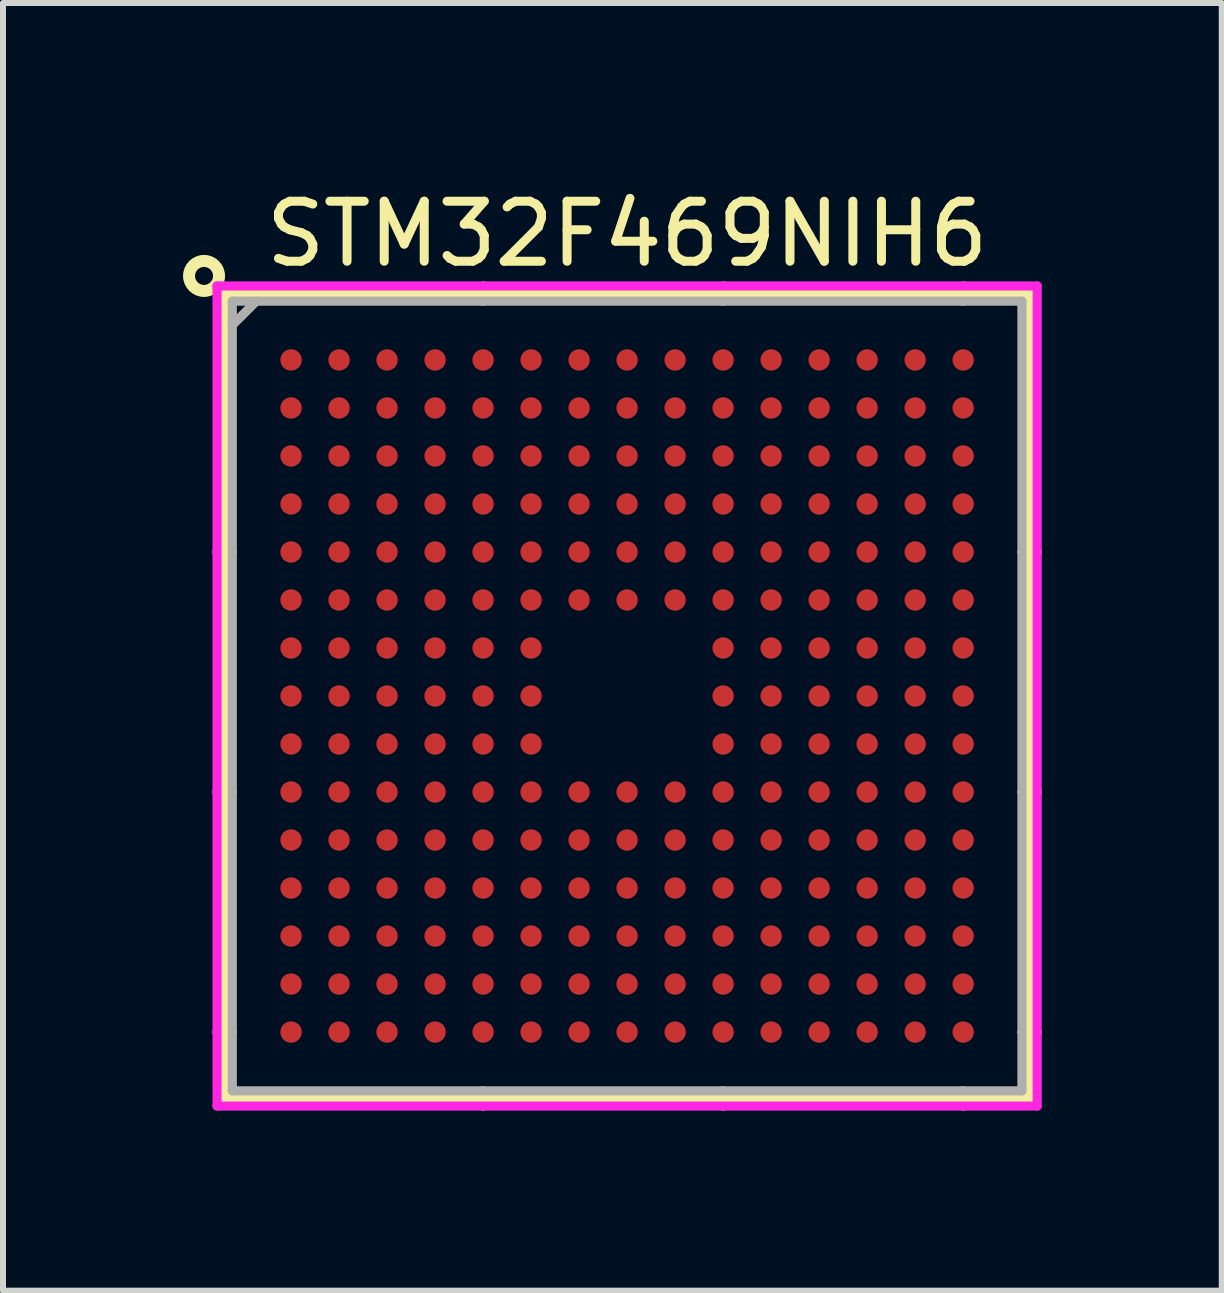
<source format=kicad_pcb>
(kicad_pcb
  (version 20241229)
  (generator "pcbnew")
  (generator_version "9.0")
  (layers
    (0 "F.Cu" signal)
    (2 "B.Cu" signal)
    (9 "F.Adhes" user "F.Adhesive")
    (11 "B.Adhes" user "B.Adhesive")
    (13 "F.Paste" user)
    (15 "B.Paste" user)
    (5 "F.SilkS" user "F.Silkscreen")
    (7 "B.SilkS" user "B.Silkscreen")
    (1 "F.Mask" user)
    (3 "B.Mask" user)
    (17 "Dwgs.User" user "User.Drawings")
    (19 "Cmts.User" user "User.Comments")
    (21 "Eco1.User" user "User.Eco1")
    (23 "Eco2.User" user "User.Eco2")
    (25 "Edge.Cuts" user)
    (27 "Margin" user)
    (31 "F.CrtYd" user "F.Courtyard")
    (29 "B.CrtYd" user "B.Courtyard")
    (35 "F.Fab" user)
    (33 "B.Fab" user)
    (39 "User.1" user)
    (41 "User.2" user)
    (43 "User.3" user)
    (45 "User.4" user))
  (footprint "STM32F469NIH6"
    (layer "F.Cu")
    (at 7.4 8.548)
    (property "Reference" "STM32F469NIH6" (at 0 -7.7 0) (layer "F.SilkS") (effects (font (size 1 1) (thickness 0.15))))
    (attr through_hole)
    (fp_line (start -6.706 -6.706) (end -6.706 6.706) (stroke (width 0.152) (type solid)) (layer "F.SilkS"))
    (fp_line (start -6.706 6.706) (end 6.706 6.706) (stroke (width 0.152) (type solid)) (layer "F.SilkS"))
    (fp_line (start -6.579 -2.4) (end -6.833 -2.4) (stroke (width 0.152) (type solid)) (layer "F.SilkS"))
    (fp_line (start -6.579 1.6) (end -6.833 1.6) (stroke (width 0.152) (type solid)) (layer "F.SilkS"))
    (fp_line (start -6.579 5.6) (end -6.833 5.6) (stroke (width 0.152) (type solid)) (layer "F.SilkS"))
    (fp_line (start -2.4 -6.579) (end -2.4 -6.833) (stroke (width 0.152) (type solid)) (layer "F.SilkS"))
    (fp_line (start -2.4 6.579) (end -2.4 6.833) (stroke (width 0.152) (type solid)) (layer "F.SilkS"))
    (fp_line (start 1.6 -6.579) (end 1.6 -6.833) (stroke (width 0.152) (type solid)) (layer "F.SilkS"))
    (fp_line (start 1.6 6.579) (end 1.6 6.833) (stroke (width 0.152) (type solid)) (layer "F.SilkS"))
    (fp_line (start 5.6 -6.579) (end 5.6 -6.833) (stroke (width 0.152) (type solid)) (layer "F.SilkS"))
    (fp_line (start 5.6 6.579) (end 5.6 6.833) (stroke (width 0.152) (type solid)) (layer "F.SilkS"))
    (fp_line (start 6.579 -2.4) (end 6.833 -2.4) (stroke (width 0.152) (type solid)) (layer "F.SilkS"))
    (fp_line (start 6.579 1.6) (end 6.833 1.6) (stroke (width 0.152) (type solid)) (layer "F.SilkS"))
    (fp_line (start 6.579 5.6) (end 6.833 5.6) (stroke (width 0.152) (type solid)) (layer "F.SilkS"))
    (fp_line (start 6.706 -6.706) (end -6.706 -6.706) (stroke (width 0.152) (type solid)) (layer "F.SilkS"))
    (fp_line (start 6.706 6.706) (end 6.706 -6.706) (stroke (width 0.152) (type solid)) (layer "F.SilkS"))
    (fp_circle (center -7.05 -7) (end -6.8 -7) (stroke (width 0.2) (type solid)) (fill no) (layer "F.SilkS"))
    (fp_line (start -6.833 -6.833) (end 6.833 -6.833) (stroke (width 0.152) (type solid)) (layer "F.CrtYd"))
    (fp_line (start -6.833 6.833) (end -6.833 -6.833) (stroke (width 0.152) (type solid)) (layer "F.CrtYd"))
    (fp_line (start 6.833 -6.833) (end 6.833 6.833) (stroke (width 0.152) (type solid)) (layer "F.CrtYd"))
    (fp_line (start 6.833 6.833) (end -6.833 6.833) (stroke (width 0.152) (type solid)) (layer "F.CrtYd"))
    (fp_line (start -6.579 -6.579) (end -6.579 6.579) (stroke (width 0.152) (type solid)) (layer "F.Fab"))
    (fp_line (start -6.579 6.579) (end 6.579 6.579) (stroke (width 0.152) (type solid)) (layer "F.Fab"))
    (fp_line (start -6.179 -6.579) (end -6.579 -6.179) (stroke (width 0.152) (type solid)) (layer "F.Fab"))
    (fp_line (start 6.579 -6.579) (end -6.579 -6.579) (stroke (width 0.152) (type solid)) (layer "F.Fab"))
    (fp_line (start 6.579 6.579) (end 6.579 -6.579) (stroke (width 0.152) (type solid)) (layer "F.Fab"))
    (pad "A1" smd circle (at -5.6 -5.6) (size 0.356 0.356) (layers "F.Cu" "F.Mask" "F.Paste"))
    (pad "A2" smd circle (at -4.8 -5.6) (size 0.356 0.356) (layers "F.Cu" "F.Mask" "F.Paste"))
    (pad "A3" smd circle (at -4 -5.6) (size 0.356 0.356) (layers "F.Cu" "F.Mask" "F.Paste"))
    (pad "A4" smd circle (at -3.2 -5.6) (size 0.356 0.356) (layers "F.Cu" "F.Mask" "F.Paste"))
    (pad "A5" smd circle (at -2.4 -5.6) (size 0.356 0.356) (layers "F.Cu" "F.Mask" "F.Paste"))
    (pad "A6" smd circle (at -1.6 -5.6) (size 0.356 0.356) (layers "F.Cu" "F.Mask" "F.Paste"))
    (pad "A7" smd circle (at -0.8 -5.6) (size 0.356 0.356) (layers "F.Cu" "F.Mask" "F.Paste"))
    (pad "A8" smd circle (at 0 -5.6) (size 0.356 0.356) (layers "F.Cu" "F.Mask" "F.Paste"))
    (pad "A9" smd circle (at 0.8 -5.6) (size 0.356 0.356) (layers "F.Cu" "F.Mask" "F.Paste"))
    (pad "A10" smd circle (at 1.6 -5.6) (size 0.356 0.356) (layers "F.Cu" "F.Mask" "F.Paste"))
    (pad "A11" smd circle (at 2.4 -5.6) (size 0.356 0.356) (layers "F.Cu" "F.Mask" "F.Paste"))
    (pad "A12" smd circle (at 3.2 -5.6) (size 0.356 0.356) (layers "F.Cu" "F.Mask" "F.Paste"))
    (pad "A13" smd circle (at 4 -5.6) (size 0.356 0.356) (layers "F.Cu" "F.Mask" "F.Paste"))
    (pad "A14" smd circle (at 4.8 -5.6) (size 0.356 0.356) (layers "F.Cu" "F.Mask" "F.Paste"))
    (pad "A15" smd circle (at 5.6 -5.6) (size 0.356 0.356) (layers "F.Cu" "F.Mask" "F.Paste"))
    (pad "B1" smd circle (at -5.6 -4.8) (size 0.356 0.356) (layers "F.Cu" "F.Mask" "F.Paste"))
    (pad "B2" smd circle (at -4.8 -4.8) (size 0.356 0.356) (layers "F.Cu" "F.Mask" "F.Paste"))
    (pad "B3" smd circle (at -4 -4.8) (size 0.356 0.356) (layers "F.Cu" "F.Mask" "F.Paste"))
    (pad "B4" smd circle (at -3.2 -4.8) (size 0.356 0.356) (layers "F.Cu" "F.Mask" "F.Paste"))
    (pad "B5" smd circle (at -2.4 -4.8) (size 0.356 0.356) (layers "F.Cu" "F.Mask" "F.Paste"))
    (pad "B6" smd circle (at -1.6 -4.8) (size 0.356 0.356) (layers "F.Cu" "F.Mask" "F.Paste"))
    (pad "B7" smd circle (at -0.8 -4.8) (size 0.356 0.356) (layers "F.Cu" "F.Mask" "F.Paste"))
    (pad "B8" smd circle (at 0 -4.8) (size 0.356 0.356) (layers "F.Cu" "F.Mask" "F.Paste"))
    (pad "B9" smd circle (at 0.8 -4.8) (size 0.356 0.356) (layers "F.Cu" "F.Mask" "F.Paste"))
    (pad "B10" smd circle (at 1.6 -4.8) (size 0.356 0.356) (layers "F.Cu" "F.Mask" "F.Paste"))
    (pad "B11" smd circle (at 2.4 -4.8) (size 0.356 0.356) (layers "F.Cu" "F.Mask" "F.Paste"))
    (pad "B12" smd circle (at 3.2 -4.8) (size 0.356 0.356) (layers "F.Cu" "F.Mask" "F.Paste"))
    (pad "B13" smd circle (at 4 -4.8) (size 0.356 0.356) (layers "F.Cu" "F.Mask" "F.Paste"))
    (pad "B14" smd circle (at 4.8 -4.8) (size 0.356 0.356) (layers "F.Cu" "F.Mask" "F.Paste"))
    (pad "B15" smd circle (at 5.6 -4.8) (size 0.356 0.356) (layers "F.Cu" "F.Mask" "F.Paste"))
    (pad "C1" smd circle (at -5.6 -4) (size 0.356 0.356) (layers "F.Cu" "F.Mask" "F.Paste"))
    (pad "C2" smd circle (at -4.8 -4) (size 0.356 0.356) (layers "F.Cu" "F.Mask" "F.Paste"))
    (pad "C3" smd circle (at -4 -4) (size 0.356 0.356) (layers "F.Cu" "F.Mask" "F.Paste"))
    (pad "C4" smd circle (at -3.2 -4) (size 0.356 0.356) (layers "F.Cu" "F.Mask" "F.Paste"))
    (pad "C5" smd circle (at -2.4 -4) (size 0.356 0.356) (layers "F.Cu" "F.Mask" "F.Paste"))
    (pad "C6" smd circle (at -1.6 -4) (size 0.356 0.356) (layers "F.Cu" "F.Mask" "F.Paste"))
    (pad "C7" smd circle (at -0.8 -4) (size 0.356 0.356) (layers "F.Cu" "F.Mask" "F.Paste"))
    (pad "C8" smd circle (at 0 -4) (size 0.356 0.356) (layers "F.Cu" "F.Mask" "F.Paste"))
    (pad "C9" smd circle (at 0.8 -4) (size 0.356 0.356) (layers "F.Cu" "F.Mask" "F.Paste"))
    (pad "C10" smd circle (at 1.6 -4) (size 0.356 0.356) (layers "F.Cu" "F.Mask" "F.Paste"))
    (pad "C11" smd circle (at 2.4 -4) (size 0.356 0.356) (layers "F.Cu" "F.Mask" "F.Paste"))
    (pad "C12" smd circle (at 3.2 -4) (size 0.356 0.356) (layers "F.Cu" "F.Mask" "F.Paste"))
    (pad "C13" smd circle (at 4 -4) (size 0.356 0.356) (layers "F.Cu" "F.Mask" "F.Paste"))
    (pad "C14" smd circle (at 4.8 -4) (size 0.356 0.356) (layers "F.Cu" "F.Mask" "F.Paste"))
    (pad "C15" smd circle (at 5.6 -4) (size 0.356 0.356) (layers "F.Cu" "F.Mask" "F.Paste"))
    (pad "D1" smd circle (at -5.6 -3.2) (size 0.356 0.356) (layers "F.Cu" "F.Mask" "F.Paste"))
    (pad "D2" smd circle (at -4.8 -3.2) (size 0.356 0.356) (layers "F.Cu" "F.Mask" "F.Paste"))
    (pad "D3" smd circle (at -4 -3.2) (size 0.356 0.356) (layers "F.Cu" "F.Mask" "F.Paste"))
    (pad "D4" smd circle (at -3.2 -3.2) (size 0.356 0.356) (layers "F.Cu" "F.Mask" "F.Paste"))
    (pad "D5" smd circle (at -2.4 -3.2) (size 0.356 0.356) (layers "F.Cu" "F.Mask" "F.Paste"))
    (pad "D6" smd circle (at -1.6 -3.2) (size 0.356 0.356) (layers "F.Cu" "F.Mask" "F.Paste"))
    (pad "D7" smd circle (at -0.8 -3.2) (size 0.356 0.356) (layers "F.Cu" "F.Mask" "F.Paste"))
    (pad "D8" smd circle (at 0 -3.2) (size 0.356 0.356) (layers "F.Cu" "F.Mask" "F.Paste"))
    (pad "D9" smd circle (at 0.8 -3.2) (size 0.356 0.356) (layers "F.Cu" "F.Mask" "F.Paste"))
    (pad "D10" smd circle (at 1.6 -3.2) (size 0.356 0.356) (layers "F.Cu" "F.Mask" "F.Paste"))
    (pad "D11" smd circle (at 2.4 -3.2) (size 0.356 0.356) (layers "F.Cu" "F.Mask" "F.Paste"))
    (pad "D12" smd circle (at 3.2 -3.2) (size 0.356 0.356) (layers "F.Cu" "F.Mask" "F.Paste"))
    (pad "D13" smd circle (at 4 -3.2) (size 0.356 0.356) (layers "F.Cu" "F.Mask" "F.Paste"))
    (pad "D14" smd circle (at 4.8 -3.2) (size 0.356 0.356) (layers "F.Cu" "F.Mask" "F.Paste"))
    (pad "D15" smd circle (at 5.6 -3.2) (size 0.356 0.356) (layers "F.Cu" "F.Mask" "F.Paste"))
    (pad "E1" smd circle (at -5.6 -2.4) (size 0.356 0.356) (layers "F.Cu" "F.Mask" "F.Paste"))
    (pad "E2" smd circle (at -4.8 -2.4) (size 0.356 0.356) (layers "F.Cu" "F.Mask" "F.Paste"))
    (pad "E3" smd circle (at -4 -2.4) (size 0.356 0.356) (layers "F.Cu" "F.Mask" "F.Paste"))
    (pad "E4" smd circle (at -3.2 -2.4) (size 0.356 0.356) (layers "F.Cu" "F.Mask" "F.Paste"))
    (pad "E5" smd circle (at -2.4 -2.4) (size 0.356 0.356) (layers "F.Cu" "F.Mask" "F.Paste"))
    (pad "E6" smd circle (at -1.6 -2.4) (size 0.356 0.356) (layers "F.Cu" "F.Mask" "F.Paste"))
    (pad "E7" smd circle (at -0.8 -2.4) (size 0.356 0.356) (layers "F.Cu" "F.Mask" "F.Paste"))
    (pad "E8" smd circle (at 0 -2.4) (size 0.356 0.356) (layers "F.Cu" "F.Mask" "F.Paste"))
    (pad "E9" smd circle (at 0.8 -2.4) (size 0.356 0.356) (layers "F.Cu" "F.Mask" "F.Paste"))
    (pad "E10" smd circle (at 1.6 -2.4) (size 0.356 0.356) (layers "F.Cu" "F.Mask" "F.Paste"))
    (pad "E11" smd circle (at 2.4 -2.4) (size 0.356 0.356) (layers "F.Cu" "F.Mask" "F.Paste"))
    (pad "E12" smd circle (at 3.2 -2.4) (size 0.356 0.356) (layers "F.Cu" "F.Mask" "F.Paste"))
    (pad "E13" smd circle (at 4 -2.4) (size 0.356 0.356) (layers "F.Cu" "F.Mask" "F.Paste"))
    (pad "E14" smd circle (at 4.8 -2.4) (size 0.356 0.356) (layers "F.Cu" "F.Mask" "F.Paste"))
    (pad "E15" smd circle (at 5.6 -2.4) (size 0.356 0.356) (layers "F.Cu" "F.Mask" "F.Paste"))
    (pad "F1" smd circle (at -5.6 -1.6) (size 0.356 0.356) (layers "F.Cu" "F.Mask" "F.Paste"))
    (pad "F2" smd circle (at -4.8 -1.6) (size 0.356 0.356) (layers "F.Cu" "F.Mask" "F.Paste"))
    (pad "F3" smd circle (at -4 -1.6) (size 0.356 0.356) (layers "F.Cu" "F.Mask" "F.Paste"))
    (pad "F4" smd circle (at -3.2 -1.6) (size 0.356 0.356) (layers "F.Cu" "F.Mask" "F.Paste"))
    (pad "F5" smd circle (at -2.4 -1.6) (size 0.356 0.356) (layers "F.Cu" "F.Mask" "F.Paste"))
    (pad "F6" smd circle (at -1.6 -1.6) (size 0.356 0.356) (layers "F.Cu" "F.Mask" "F.Paste"))
    (pad "F7" smd circle (at -0.8 -1.6) (size 0.356 0.356) (layers "F.Cu" "F.Mask" "F.Paste"))
    (pad "F8" smd circle (at 0 -1.6) (size 0.356 0.356) (layers "F.Cu" "F.Mask" "F.Paste"))
    (pad "F9" smd circle (at 0.8 -1.6) (size 0.356 0.356) (layers "F.Cu" "F.Mask" "F.Paste"))
    (pad "F10" smd circle (at 1.6 -1.6) (size 0.356 0.356) (layers "F.Cu" "F.Mask" "F.Paste"))
    (pad "F11" smd circle (at 2.4 -1.6) (size 0.356 0.356) (layers "F.Cu" "F.Mask" "F.Paste"))
    (pad "F12" smd circle (at 3.2 -1.6) (size 0.356 0.356) (layers "F.Cu" "F.Mask" "F.Paste"))
    (pad "F13" smd circle (at 4 -1.6) (size 0.356 0.356) (layers "F.Cu" "F.Mask" "F.Paste"))
    (pad "F14" smd circle (at 4.8 -1.6) (size 0.356 0.356) (layers "F.Cu" "F.Mask" "F.Paste"))
    (pad "F15" smd circle (at 5.6 -1.6) (size 0.356 0.356) (layers "F.Cu" "F.Mask" "F.Paste"))
    (pad "G1" smd circle (at -5.6 -0.8) (size 0.356 0.356) (layers "F.Cu" "F.Mask" "F.Paste"))
    (pad "G2" smd circle (at -4.8 -0.8) (size 0.356 0.356) (layers "F.Cu" "F.Mask" "F.Paste"))
    (pad "G3" smd circle (at -4 -0.8) (size 0.356 0.356) (layers "F.Cu" "F.Mask" "F.Paste"))
    (pad "G4" smd circle (at -3.2 -0.8) (size 0.356 0.356) (layers "F.Cu" "F.Mask" "F.Paste"))
    (pad "G5" smd circle (at -2.4 -0.8) (size 0.356 0.356) (layers "F.Cu" "F.Mask" "F.Paste"))
    (pad "G6" smd circle (at -1.6 -0.8) (size 0.356 0.356) (layers "F.Cu" "F.Mask" "F.Paste"))
    (pad "G10" smd circle (at 1.6 -0.8) (size 0.356 0.356) (layers "F.Cu" "F.Mask" "F.Paste"))
    (pad "G11" smd circle (at 2.4 -0.8) (size 0.356 0.356) (layers "F.Cu" "F.Mask" "F.Paste"))
    (pad "G12" smd circle (at 3.2 -0.8) (size 0.356 0.356) (layers "F.Cu" "F.Mask" "F.Paste"))
    (pad "G13" smd circle (at 4 -0.8) (size 0.356 0.356) (layers "F.Cu" "F.Mask" "F.Paste"))
    (pad "G14" smd circle (at 4.8 -0.8) (size 0.356 0.356) (layers "F.Cu" "F.Mask" "F.Paste"))
    (pad "G15" smd circle (at 5.6 -0.8) (size 0.356 0.356) (layers "F.Cu" "F.Mask" "F.Paste"))
    (pad "H1" smd circle (at -5.6 0) (size 0.356 0.356) (layers "F.Cu" "F.Mask" "F.Paste"))
    (pad "H2" smd circle (at -4.8 0) (size 0.356 0.356) (layers "F.Cu" "F.Mask" "F.Paste"))
    (pad "H3" smd circle (at -4 0) (size 0.356 0.356) (layers "F.Cu" "F.Mask" "F.Paste"))
    (pad "H4" smd circle (at -3.2 0) (size 0.356 0.356) (layers "F.Cu" "F.Mask" "F.Paste"))
    (pad "H5" smd circle (at -2.4 0) (size 0.356 0.356) (layers "F.Cu" "F.Mask" "F.Paste"))
    (pad "H6" smd circle (at -1.6 0) (size 0.356 0.356) (layers "F.Cu" "F.Mask" "F.Paste"))
    (pad "H10" smd circle (at 1.6 0) (size 0.356 0.356) (layers "F.Cu" "F.Mask" "F.Paste"))
    (pad "H11" smd circle (at 2.4 0) (size 0.356 0.356) (layers "F.Cu" "F.Mask" "F.Paste"))
    (pad "H12" smd circle (at 3.2 0) (size 0.356 0.356) (layers "F.Cu" "F.Mask" "F.Paste"))
    (pad "H13" smd circle (at 4 0) (size 0.356 0.356) (layers "F.Cu" "F.Mask" "F.Paste"))
    (pad "H14" smd circle (at 4.8 0) (size 0.356 0.356) (layers "F.Cu" "F.Mask" "F.Paste"))
    (pad "H15" smd circle (at 5.6 0) (size 0.356 0.356) (layers "F.Cu" "F.Mask" "F.Paste"))
    (pad "J1" smd circle (at -5.6 0.8) (size 0.356 0.356) (layers "F.Cu" "F.Mask" "F.Paste"))
    (pad "J2" smd circle (at -4.8 0.8) (size 0.356 0.356) (layers "F.Cu" "F.Mask" "F.Paste"))
    (pad "J3" smd circle (at -4 0.8) (size 0.356 0.356) (layers "F.Cu" "F.Mask" "F.Paste"))
    (pad "J4" smd circle (at -3.2 0.8) (size 0.356 0.356) (layers "F.Cu" "F.Mask" "F.Paste"))
    (pad "J5" smd circle (at -2.4 0.8) (size 0.356 0.356) (layers "F.Cu" "F.Mask" "F.Paste"))
    (pad "J6" smd circle (at -1.6 0.8) (size 0.356 0.356) (layers "F.Cu" "F.Mask" "F.Paste"))
    (pad "J10" smd circle (at 1.6 0.8) (size 0.356 0.356) (layers "F.Cu" "F.Mask" "F.Paste"))
    (pad "J11" smd circle (at 2.4 0.8) (size 0.356 0.356) (layers "F.Cu" "F.Mask" "F.Paste"))
    (pad "J12" smd circle (at 3.2 0.8) (size 0.356 0.356) (layers "F.Cu" "F.Mask" "F.Paste"))
    (pad "J13" smd circle (at 4 0.8) (size 0.356 0.356) (layers "F.Cu" "F.Mask" "F.Paste"))
    (pad "J14" smd circle (at 4.8 0.8) (size 0.356 0.356) (layers "F.Cu" "F.Mask" "F.Paste"))
    (pad "J15" smd circle (at 5.6 0.8) (size 0.356 0.356) (layers "F.Cu" "F.Mask" "F.Paste"))
    (pad "K1" smd circle (at -5.6 1.6) (size 0.356 0.356) (layers "F.Cu" "F.Mask" "F.Paste"))
    (pad "K2" smd circle (at -4.8 1.6) (size 0.356 0.356) (layers "F.Cu" "F.Mask" "F.Paste"))
    (pad "K3" smd circle (at -4 1.6) (size 0.356 0.356) (layers "F.Cu" "F.Mask" "F.Paste"))
    (pad "K4" smd circle (at -3.2 1.6) (size 0.356 0.356) (layers "F.Cu" "F.Mask" "F.Paste"))
    (pad "K5" smd circle (at -2.4 1.6) (size 0.356 0.356) (layers "F.Cu" "F.Mask" "F.Paste"))
    (pad "K6" smd circle (at -1.6 1.6) (size 0.356 0.356) (layers "F.Cu" "F.Mask" "F.Paste"))
    (pad "K7" smd circle (at -0.8 1.6) (size 0.356 0.356) (layers "F.Cu" "F.Mask" "F.Paste"))
    (pad "K8" smd circle (at 0 1.6) (size 0.356 0.356) (layers "F.Cu" "F.Mask" "F.Paste"))
    (pad "K9" smd circle (at 0.8 1.6) (size 0.356 0.356) (layers "F.Cu" "F.Mask" "F.Paste"))
    (pad "K10" smd circle (at 1.6 1.6) (size 0.356 0.356) (layers "F.Cu" "F.Mask" "F.Paste"))
    (pad "K11" smd circle (at 2.4 1.6) (size 0.356 0.356) (layers "F.Cu" "F.Mask" "F.Paste"))
    (pad "K12" smd circle (at 3.2 1.6) (size 0.356 0.356) (layers "F.Cu" "F.Mask" "F.Paste"))
    (pad "K13" smd circle (at 4 1.6) (size 0.356 0.356) (layers "F.Cu" "F.Mask" "F.Paste"))
    (pad "K14" smd circle (at 4.8 1.6) (size 0.356 0.356) (layers "F.Cu" "F.Mask" "F.Paste"))
    (pad "K15" smd circle (at 5.6 1.6) (size 0.356 0.356) (layers "F.Cu" "F.Mask" "F.Paste"))
    (pad "L1" smd circle (at -5.6 2.4) (size 0.356 0.356) (layers "F.Cu" "F.Mask" "F.Paste"))
    (pad "L2" smd circle (at -4.8 2.4) (size 0.356 0.356) (layers "F.Cu" "F.Mask" "F.Paste"))
    (pad "L3" smd circle (at -4 2.4) (size 0.356 0.356) (layers "F.Cu" "F.Mask" "F.Paste"))
    (pad "L4" smd circle (at -3.2 2.4) (size 0.356 0.356) (layers "F.Cu" "F.Mask" "F.Paste"))
    (pad "L5" smd circle (at -2.4 2.4) (size 0.356 0.356) (layers "F.Cu" "F.Mask" "F.Paste"))
    (pad "L6" smd circle (at -1.6 2.4) (size 0.356 0.356) (layers "F.Cu" "F.Mask" "F.Paste"))
    (pad "L7" smd circle (at -0.8 2.4) (size 0.356 0.356) (layers "F.Cu" "F.Mask" "F.Paste"))
    (pad "L8" smd circle (at 0 2.4) (size 0.356 0.356) (layers "F.Cu" "F.Mask" "F.Paste"))
    (pad "L9" smd circle (at 0.8 2.4) (size 0.356 0.356) (layers "F.Cu" "F.Mask" "F.Paste"))
    (pad "L10" smd circle (at 1.6 2.4) (size 0.356 0.356) (layers "F.Cu" "F.Mask" "F.Paste"))
    (pad "L11" smd circle (at 2.4 2.4) (size 0.356 0.356) (layers "F.Cu" "F.Mask" "F.Paste"))
    (pad "L12" smd circle (at 3.2 2.4) (size 0.356 0.356) (layers "F.Cu" "F.Mask" "F.Paste"))
    (pad "L13" smd circle (at 4 2.4) (size 0.356 0.356) (layers "F.Cu" "F.Mask" "F.Paste"))
    (pad "L14" smd circle (at 4.8 2.4) (size 0.356 0.356) (layers "F.Cu" "F.Mask" "F.Paste"))
    (pad "L15" smd circle (at 5.6 2.4) (size 0.356 0.356) (layers "F.Cu" "F.Mask" "F.Paste"))
    (pad "M1" smd circle (at -5.6 3.2) (size 0.356 0.356) (layers "F.Cu" "F.Mask" "F.Paste"))
    (pad "M2" smd circle (at -4.8 3.2) (size 0.356 0.356) (layers "F.Cu" "F.Mask" "F.Paste"))
    (pad "M3" smd circle (at -4 3.2) (size 0.356 0.356) (layers "F.Cu" "F.Mask" "F.Paste"))
    (pad "M4" smd circle (at -3.2 3.2) (size 0.356 0.356) (layers "F.Cu" "F.Mask" "F.Paste"))
    (pad "M5" smd circle (at -2.4 3.2) (size 0.356 0.356) (layers "F.Cu" "F.Mask" "F.Paste"))
    (pad "M6" smd circle (at -1.6 3.2) (size 0.356 0.356) (layers "F.Cu" "F.Mask" "F.Paste"))
    (pad "M7" smd circle (at -0.8 3.2) (size 0.356 0.356) (layers "F.Cu" "F.Mask" "F.Paste"))
    (pad "M8" smd circle (at 0 3.2) (size 0.356 0.356) (layers "F.Cu" "F.Mask" "F.Paste"))
    (pad "M9" smd circle (at 0.8 3.2) (size 0.356 0.356) (layers "F.Cu" "F.Mask" "F.Paste"))
    (pad "M10" smd circle (at 1.6 3.2) (size 0.356 0.356) (layers "F.Cu" "F.Mask" "F.Paste"))
    (pad "M11" smd circle (at 2.4 3.2) (size 0.356 0.356) (layers "F.Cu" "F.Mask" "F.Paste"))
    (pad "M12" smd circle (at 3.2 3.2) (size 0.356 0.356) (layers "F.Cu" "F.Mask" "F.Paste"))
    (pad "M13" smd circle (at 4 3.2) (size 0.356 0.356) (layers "F.Cu" "F.Mask" "F.Paste"))
    (pad "M14" smd circle (at 4.8 3.2) (size 0.356 0.356) (layers "F.Cu" "F.Mask" "F.Paste"))
    (pad "M15" smd circle (at 5.6 3.2) (size 0.356 0.356) (layers "F.Cu" "F.Mask" "F.Paste"))
    (pad "N1" smd circle (at -5.6 4) (size 0.356 0.356) (layers "F.Cu" "F.Mask" "F.Paste"))
    (pad "N2" smd circle (at -4.8 4) (size 0.356 0.356) (layers "F.Cu" "F.Mask" "F.Paste"))
    (pad "N3" smd circle (at -4 4) (size 0.356 0.356) (layers "F.Cu" "F.Mask" "F.Paste"))
    (pad "N4" smd circle (at -3.2 4) (size 0.356 0.356) (layers "F.Cu" "F.Mask" "F.Paste"))
    (pad "N5" smd circle (at -2.4 4) (size 0.356 0.356) (layers "F.Cu" "F.Mask" "F.Paste"))
    (pad "N6" smd circle (at -1.6 4) (size 0.356 0.356) (layers "F.Cu" "F.Mask" "F.Paste"))
    (pad "N7" smd circle (at -0.8 4) (size 0.356 0.356) (layers "F.Cu" "F.Mask" "F.Paste"))
    (pad "N8" smd circle (at 0 4) (size 0.356 0.356) (layers "F.Cu" "F.Mask" "F.Paste"))
    (pad "N9" smd circle (at 0.8 4) (size 0.356 0.356) (layers "F.Cu" "F.Mask" "F.Paste"))
    (pad "N10" smd circle (at 1.6 4) (size 0.356 0.356) (layers "F.Cu" "F.Mask" "F.Paste"))
    (pad "N11" smd circle (at 2.4 4) (size 0.356 0.356) (layers "F.Cu" "F.Mask" "F.Paste"))
    (pad "N12" smd circle (at 3.2 4) (size 0.356 0.356) (layers "F.Cu" "F.Mask" "F.Paste"))
    (pad "N13" smd circle (at 4 4) (size 0.356 0.356) (layers "F.Cu" "F.Mask" "F.Paste"))
    (pad "N14" smd circle (at 4.8 4) (size 0.356 0.356) (layers "F.Cu" "F.Mask" "F.Paste"))
    (pad "N15" smd circle (at 5.6 4) (size 0.356 0.356) (layers "F.Cu" "F.Mask" "F.Paste"))
    (pad "P1" smd circle (at -5.6 4.8) (size 0.356 0.356) (layers "F.Cu" "F.Mask" "F.Paste"))
    (pad "P2" smd circle (at -4.8 4.8) (size 0.356 0.356) (layers "F.Cu" "F.Mask" "F.Paste"))
    (pad "P3" smd circle (at -4 4.8) (size 0.356 0.356) (layers "F.Cu" "F.Mask" "F.Paste"))
    (pad "P4" smd circle (at -3.2 4.8) (size 0.356 0.356) (layers "F.Cu" "F.Mask" "F.Paste"))
    (pad "P5" smd circle (at -2.4 4.8) (size 0.356 0.356) (layers "F.Cu" "F.Mask" "F.Paste"))
    (pad "P6" smd circle (at -1.6 4.8) (size 0.356 0.356) (layers "F.Cu" "F.Mask" "F.Paste"))
    (pad "P7" smd circle (at -0.8 4.8) (size 0.356 0.356) (layers "F.Cu" "F.Mask" "F.Paste"))
    (pad "P8" smd circle (at 0 4.8) (size 0.356 0.356) (layers "F.Cu" "F.Mask" "F.Paste"))
    (pad "P9" smd circle (at 0.8 4.8) (size 0.356 0.356) (layers "F.Cu" "F.Mask" "F.Paste"))
    (pad "P10" smd circle (at 1.6 4.8) (size 0.356 0.356) (layers "F.Cu" "F.Mask" "F.Paste"))
    (pad "P11" smd circle (at 2.4 4.8) (size 0.356 0.356) (layers "F.Cu" "F.Mask" "F.Paste"))
    (pad "P12" smd circle (at 3.2 4.8) (size 0.356 0.356) (layers "F.Cu" "F.Mask" "F.Paste"))
    (pad "P13" smd circle (at 4 4.8) (size 0.356 0.356) (layers "F.Cu" "F.Mask" "F.Paste"))
    (pad "P14" smd circle (at 4.8 4.8) (size 0.356 0.356) (layers "F.Cu" "F.Mask" "F.Paste"))
    (pad "P15" smd circle (at 5.6 4.8) (size 0.356 0.356) (layers "F.Cu" "F.Mask" "F.Paste"))
    (pad "R1" smd circle (at -5.6 5.6) (size 0.356 0.356) (layers "F.Cu" "F.Mask" "F.Paste"))
    (pad "R2" smd circle (at -4.8 5.6) (size 0.356 0.356) (layers "F.Cu" "F.Mask" "F.Paste"))
    (pad "R3" smd circle (at -4 5.6) (size 0.356 0.356) (layers "F.Cu" "F.Mask" "F.Paste"))
    (pad "R4" smd circle (at -3.2 5.6) (size 0.356 0.356) (layers "F.Cu" "F.Mask" "F.Paste"))
    (pad "R5" smd circle (at -2.4 5.6) (size 0.356 0.356) (layers "F.Cu" "F.Mask" "F.Paste"))
    (pad "R6" smd circle (at -1.6 5.6) (size 0.356 0.356) (layers "F.Cu" "F.Mask" "F.Paste"))
    (pad "R7" smd circle (at -0.8 5.6) (size 0.356 0.356) (layers "F.Cu" "F.Mask" "F.Paste"))
    (pad "R8" smd circle (at 0 5.6) (size 0.356 0.356) (layers "F.Cu" "F.Mask" "F.Paste"))
    (pad "R9" smd circle (at 0.8 5.6) (size 0.356 0.356) (layers "F.Cu" "F.Mask" "F.Paste"))
    (pad "R10" smd circle (at 1.6 5.6) (size 0.356 0.356) (layers "F.Cu" "F.Mask" "F.Paste"))
    (pad "R11" smd circle (at 2.4 5.6) (size 0.356 0.356) (layers "F.Cu" "F.Mask" "F.Paste"))
    (pad "R12" smd circle (at 3.2 5.6) (size 0.356 0.356) (layers "F.Cu" "F.Mask" "F.Paste"))
    (pad "R13" smd circle (at 4 5.6) (size 0.356 0.356) (layers "F.Cu" "F.Mask" "F.Paste"))
    (pad "R14" smd circle (at 4.8 5.6) (size 0.356 0.356) (layers "F.Cu" "F.Mask" "F.Paste"))
    (pad "R15" smd circle (at 5.6 5.6) (size 0.356 0.356) (layers "F.Cu" "F.Mask" "F.Paste")))
  (gr_rect
    (start -3 -3)
    (end 17.309 18.457)
    (stroke (width 0.1) (type default))
    (fill no)
    (layer "Edge.Cuts")))
</source>
